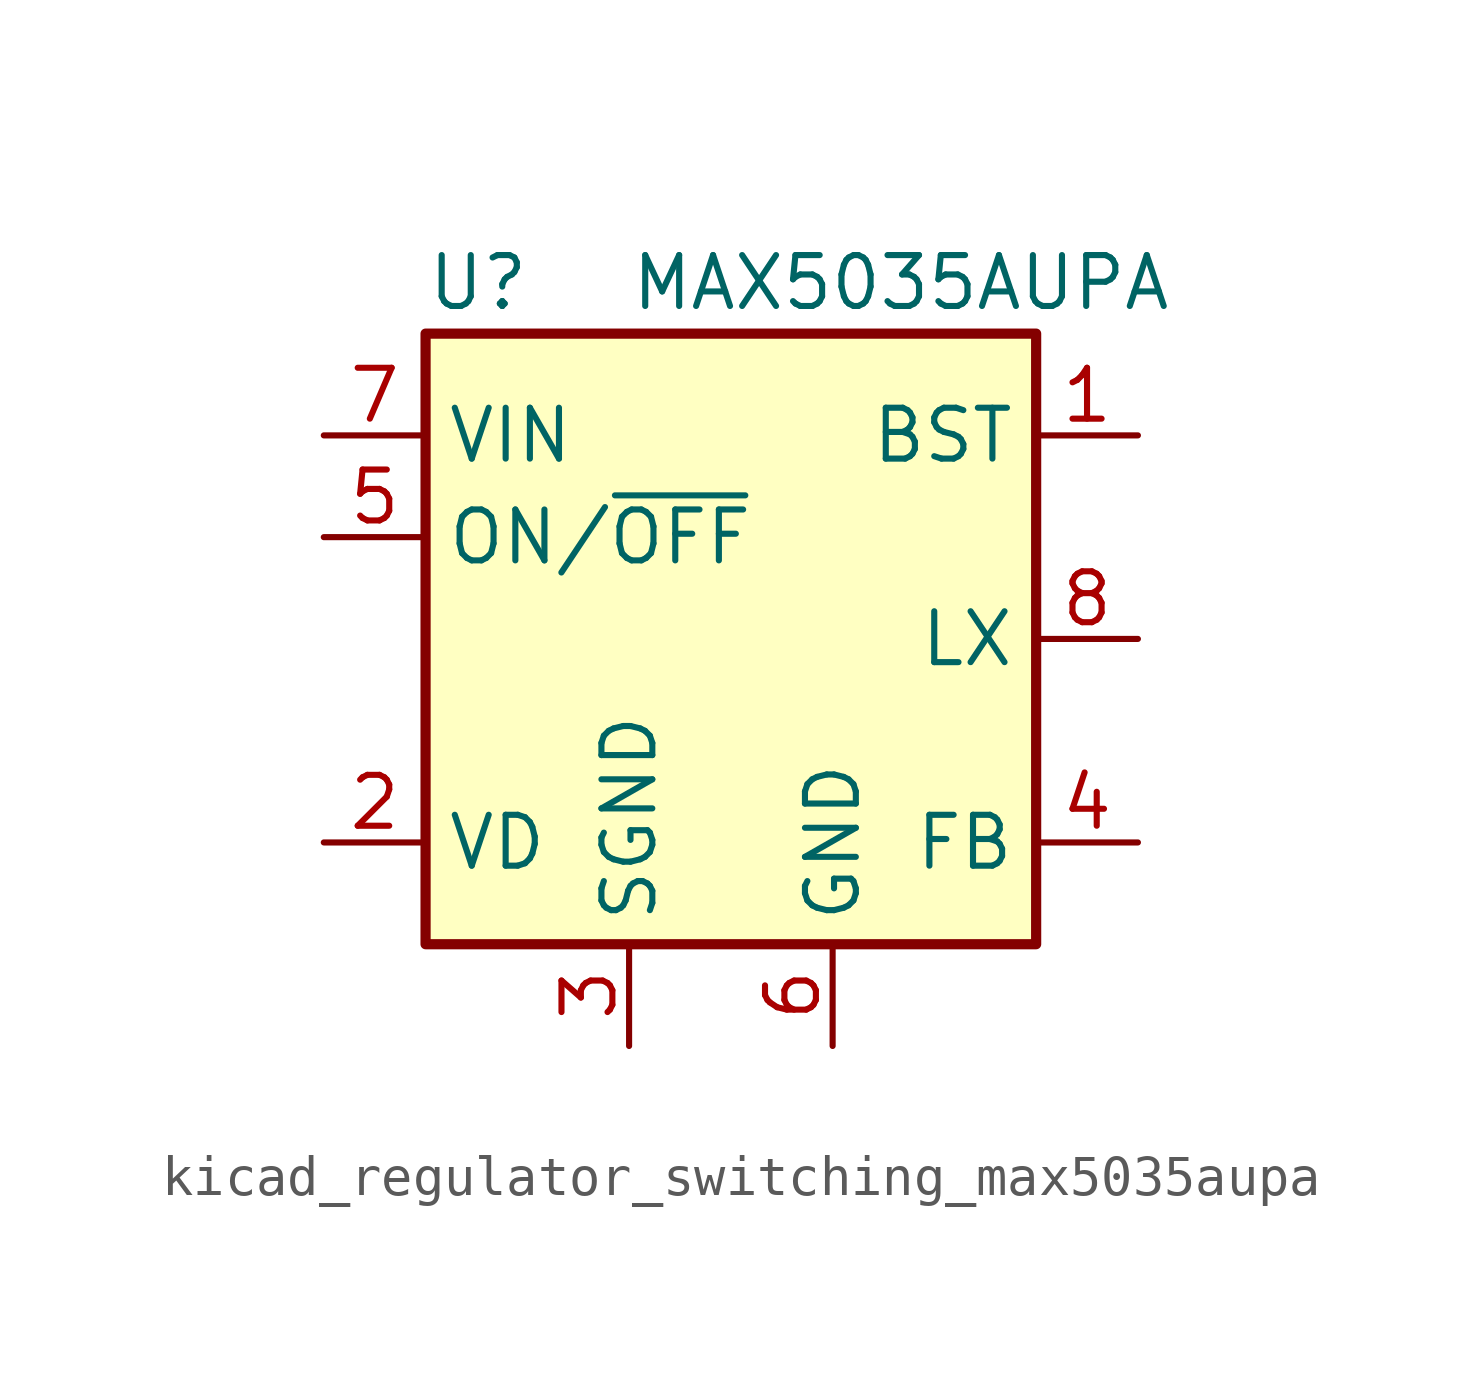
<source format=kicad_sym>
(kicad_symbol_lib
  (version 20220914)
  (generator kicad_symbol_editor)
  (symbol "kicad_regulator_switching_max5035aupa"
    (property "Reference" "U"
      (at -7.62 8.89 0)
      (effects (font (size 1.27 1.27)) (justify left)))
    (property "Value" "MAX5035AUPA"
      (at -2.54 8.89 0)
      (effects (font (size 1.27 1.27)) (justify left)))
    (symbol "kicad_regulator_switching_max5035aupa_0_1"
      (rectangle (start -7.62 7.62) (end 7.62 -7.62) (stroke (width 0.254) (type default)) (fill (type background))))
    (symbol "kicad_regulator_switching_max5035aupa_1_1"
      (pin passive line (at 10.16 5.08 180) (length 2.54) (name "BST" (effects (font (size 1.27 1.27)))) (number "1" (effects (font (size 1.27 1.27)))))
      (pin passive line (at -10.16 -5.08 0) (length 2.54) (name "VD" (effects (font (size 1.27 1.27)))) (number "2" (effects (font (size 1.27 1.27)))))
      (pin power_in line (at -2.54 -10.16 90) (length 2.54) (name "SGND" (effects (font (size 1.27 1.27)))) (number "3" (effects (font (size 1.27 1.27)))))
      (pin input line (at 10.16 -5.08 180) (length 2.54) (name "FB" (effects (font (size 1.27 1.27)))) (number "4" (effects (font (size 1.27 1.27)))))
      (pin input line (at -10.16 2.54 0) (length 2.54) (name "ON/~{OFF}" (effects (font (size 1.27 1.27)))) (number "5" (effects (font (size 1.27 1.27)))))
      (pin power_in line (at 2.54 -10.16 90) (length 2.54) (name "GND" (effects (font (size 1.27 1.27)))) (number "6" (effects (font (size 1.27 1.27)))))
      (pin power_in line (at -10.16 5.08 0) (length 2.54) (name "VIN" (effects (font (size 1.27 1.27)))) (number "7" (effects (font (size 1.27 1.27)))))
      (pin output line (at 10.16 0 180) (length 2.54) (name "LX" (effects (font (size 1.27 1.27)))) (number "8" (effects (font (size 1.27 1.27))))))))
</source>
